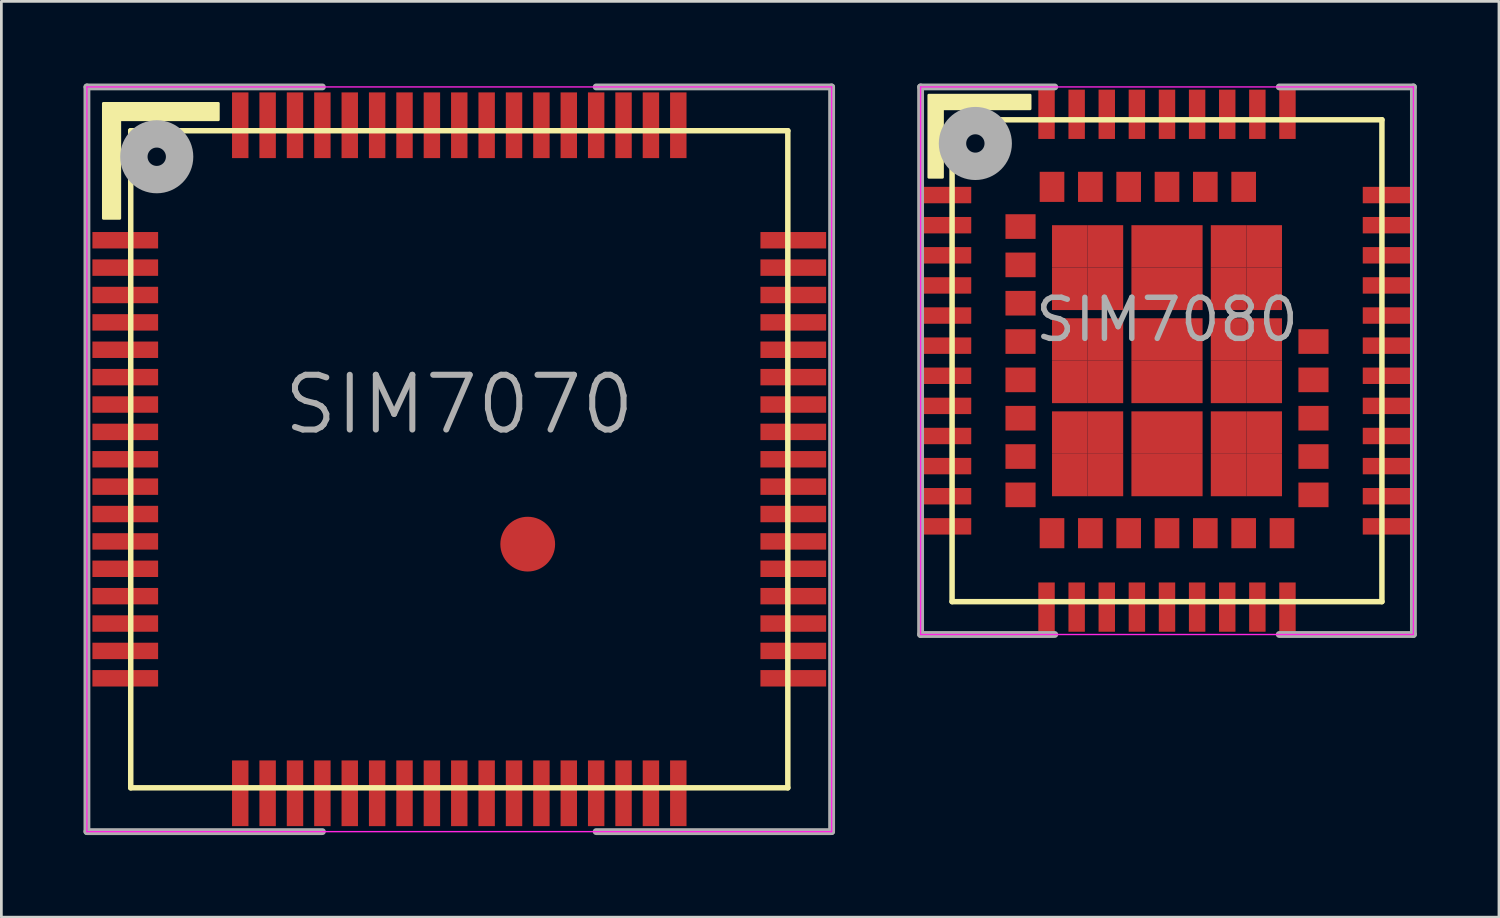
<source format=kicad_pcb>
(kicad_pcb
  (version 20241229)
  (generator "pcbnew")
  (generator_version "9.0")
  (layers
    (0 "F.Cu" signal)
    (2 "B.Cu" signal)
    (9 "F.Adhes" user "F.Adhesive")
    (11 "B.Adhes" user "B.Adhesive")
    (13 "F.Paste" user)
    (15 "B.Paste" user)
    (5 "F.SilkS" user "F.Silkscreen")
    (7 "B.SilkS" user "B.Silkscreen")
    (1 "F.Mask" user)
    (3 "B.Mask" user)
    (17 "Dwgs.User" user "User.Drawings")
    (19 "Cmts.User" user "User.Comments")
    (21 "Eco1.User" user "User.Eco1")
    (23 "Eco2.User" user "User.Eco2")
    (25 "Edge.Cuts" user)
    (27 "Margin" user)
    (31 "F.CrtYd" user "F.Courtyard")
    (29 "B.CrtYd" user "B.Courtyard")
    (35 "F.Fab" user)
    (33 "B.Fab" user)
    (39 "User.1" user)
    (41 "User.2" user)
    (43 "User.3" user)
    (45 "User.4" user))
  (footprint "SIM7070"
    (layer "F.Cu")
    (at 13.725 13.725)
    (property "Reference" "SIM7070" (at 0 -2 0) (layer "F.Fab") (effects (font (size 2 2) (thickness 0.22))))
    (attr through_hole)
    (fp_line (start -12 -12) (end -12 12) (stroke (width 0.2) (type solid)) (layer "F.SilkS"))
    (fp_line (start -12 12) (end 12 12) (stroke (width 0.2) (type solid)) (layer "F.SilkS"))
    (fp_line (start 12 -12) (end -12 -12) (stroke (width 0.2) (type solid)) (layer "F.SilkS"))
    (fp_line (start 12 12) (end 12 -12) (stroke (width 0.2) (type solid)) (layer "F.SilkS"))
    (fp_poly (pts (xy -8.8 -12.4) (xy -12.4 -12.4) (xy -12.4 -8.8) (xy -13 -8.8) (xy -13 -13) (xy -8.8 -13)) (stroke (width 0.1) (type solid)) (fill yes) (layer "F.SilkS"))
    (fp_line (start -13.6 -13.6) (end 13.6 -13.6) (stroke (width 0.05) (type solid)) (layer "F.CrtYd"))
    (fp_line (start -13.6 13.6) (end -13.6 -13.6) (stroke (width 0.05) (type solid)) (layer "F.CrtYd"))
    (fp_line (start 13.6 -13.6) (end 13.6 13.6) (stroke (width 0.05) (type solid)) (layer "F.CrtYd"))
    (fp_line (start 13.6 13.6) (end -13.6 13.6) (stroke (width 0.05) (type solid)) (layer "F.CrtYd"))
    (fp_line (start -13.6 -13.6) (end -13.6 13.6) (stroke (width 0.25) (type solid)) (layer "F.Fab"))
    (fp_line (start -13.6 13.6) (end -5 13.6) (stroke (width 0.25) (type solid)) (layer "F.Fab"))
    (fp_line (start -5 -13.6) (end -13.6 -13.6) (stroke (width 0.25) (type solid)) (layer "F.Fab"))
    (fp_line (start 13.6 -13.6) (end 5 -13.6) (stroke (width 0.25) (type solid)) (layer "F.Fab"))
    (fp_line (start 13.6 -13.6) (end 13.6 13.6) (stroke (width 0.25) (type solid)) (layer "F.Fab"))
    (fp_line (start 13.6 13.6) (end 5 13.6) (stroke (width 0.25) (type solid)) (layer "F.Fab"))
    (fp_circle (center -11.05 -11.05) (end -10.715 -11.05) (stroke (width 1) (type solid)) (fill no) (layer "F.Fab"))
    (pad "" smd circle (at 2.5 3.1 180) (size 2 2) (layers "F.Cu" "F.Mask" "F.Paste"))
    (pad "1" smd rect (at -12.2 -8 270) (size 0.6 2.4) (layers "F.Cu" "F.Mask" "F.Paste"))
    (pad "2" smd rect (at -12.2 -7 270) (size 0.6 2.4) (layers "F.Cu" "F.Mask" "F.Paste"))
    (pad "3" smd rect (at -12.2 -6 270) (size 0.6 2.4) (layers "F.Cu" "F.Mask" "F.Paste"))
    (pad "4" smd rect (at -12.2 -5 270) (size 0.6 2.4) (layers "F.Cu" "F.Mask" "F.Paste"))
    (pad "5" smd rect (at -12.2 -4 270) (size 0.6 2.4) (layers "F.Cu" "F.Mask" "F.Paste"))
    (pad "6" smd rect (at -12.2 -3 270) (size 0.6 2.4) (layers "F.Cu" "F.Mask" "F.Paste"))
    (pad "7" smd rect (at -12.2 -2 270) (size 0.6 2.4) (layers "F.Cu" "F.Mask" "F.Paste"))
    (pad "8" smd rect (at -12.2 -1 270) (size 0.6 2.4) (layers "F.Cu" "F.Mask" "F.Paste"))
    (pad "9" smd rect (at -12.2 0 270) (size 0.6 2.4) (layers "F.Cu" "F.Mask" "F.Paste"))
    (pad "10" smd rect (at -12.2 1 270) (size 0.6 2.4) (layers "F.Cu" "F.Mask" "F.Paste"))
    (pad "11" smd rect (at -12.2 2 270) (size 0.6 2.4) (layers "F.Cu" "F.Mask" "F.Paste"))
    (pad "12" smd rect (at -12.2 3 270) (size 0.6 2.4) (layers "F.Cu" "F.Mask" "F.Paste"))
    (pad "13" smd rect (at -12.2 4 270) (size 0.6 2.4) (layers "F.Cu" "F.Mask" "F.Paste"))
    (pad "14" smd rect (at -12.2 5 270) (size 0.6 2.4) (layers "F.Cu" "F.Mask" "F.Paste"))
    (pad "15" smd rect (at -12.2 6 270) (size 0.6 2.4) (layers "F.Cu" "F.Mask" "F.Paste"))
    (pad "16" smd rect (at -12.2 7 270) (size 0.6 2.4) (layers "F.Cu" "F.Mask" "F.Paste"))
    (pad "17" smd rect (at -12.2 8 270) (size 0.6 2.4) (layers "F.Cu" "F.Mask" "F.Paste"))
    (pad "18" smd rect (at -8 12.2) (size 0.6 2.4) (layers "F.Cu" "F.Mask" "F.Paste"))
    (pad "19" smd rect (at -7 12.2) (size 0.6 2.4) (layers "F.Cu" "F.Mask" "F.Paste"))
    (pad "20" smd rect (at -6 12.2) (size 0.6 2.4) (layers "F.Cu" "F.Mask" "F.Paste"))
    (pad "21" smd rect (at -5 12.2) (size 0.6 2.4) (layers "F.Cu" "F.Mask" "F.Paste"))
    (pad "22" smd rect (at -4 12.2) (size 0.6 2.4) (layers "F.Cu" "F.Mask" "F.Paste"))
    (pad "23" smd rect (at -3 12.2) (size 0.6 2.4) (layers "F.Cu" "F.Mask" "F.Paste"))
    (pad "24" smd rect (at -2 12.2) (size 0.6 2.4) (layers "F.Cu" "F.Mask" "F.Paste"))
    (pad "25" smd rect (at -1 12.2) (size 0.6 2.4) (layers "F.Cu" "F.Mask" "F.Paste"))
    (pad "26" smd rect (at 0 12.2) (size 0.6 2.4) (layers "F.Cu" "F.Mask" "F.Paste"))
    (pad "27" smd rect (at 1 12.2) (size 0.6 2.4) (layers "F.Cu" "F.Mask" "F.Paste"))
    (pad "28" smd rect (at 2 12.2) (size 0.6 2.4) (layers "F.Cu" "F.Mask" "F.Paste"))
    (pad "29" smd rect (at 3 12.2) (size 0.6 2.4) (layers "F.Cu" "F.Mask" "F.Paste"))
    (pad "30" smd rect (at 4 12.2) (size 0.6 2.4) (layers "F.Cu" "F.Mask" "F.Paste"))
    (pad "31" smd rect (at 5 12.2) (size 0.6 2.4) (layers "F.Cu" "F.Mask" "F.Paste"))
    (pad "32" smd rect (at 6 12.2) (size 0.6 2.4) (layers "F.Cu" "F.Mask" "F.Paste"))
    (pad "33" smd rect (at 7 12.2) (size 0.6 2.4) (layers "F.Cu" "F.Mask" "F.Paste"))
    (pad "34" smd rect (at 8 12.2) (size 0.6 2.4) (layers "F.Cu" "F.Mask" "F.Paste"))
    (pad "35" smd rect (at 12.2 8 270) (size 0.6 2.4) (layers "F.Cu" "F.Mask" "F.Paste"))
    (pad "36" smd rect (at 12.2 7 270) (size 0.6 2.4) (layers "F.Cu" "F.Mask" "F.Paste"))
    (pad "37" smd rect (at 12.2 6 270) (size 0.6 2.4) (layers "F.Cu" "F.Mask" "F.Paste"))
    (pad "38" smd rect (at 12.2 5 270) (size 0.6 2.4) (layers "F.Cu" "F.Mask" "F.Paste"))
    (pad "39" smd rect (at 12.2 4 270) (size 0.6 2.4) (layers "F.Cu" "F.Mask" "F.Paste"))
    (pad "40" smd rect (at 12.2 3 270) (size 0.6 2.4) (layers "F.Cu" "F.Mask" "F.Paste"))
    (pad "41" smd rect (at 12.2 2 270) (size 0.6 2.4) (layers "F.Cu" "F.Mask" "F.Paste"))
    (pad "42" smd rect (at 12.2 1 270) (size 0.6 2.4) (layers "F.Cu" "F.Mask" "F.Paste"))
    (pad "43" smd rect (at 12.2 0 270) (size 0.6 2.4) (layers "F.Cu" "F.Mask" "F.Paste"))
    (pad "44" smd rect (at 12.2 -1 270) (size 0.6 2.4) (layers "F.Cu" "F.Mask" "F.Paste"))
    (pad "45" smd rect (at 12.2 -2 270) (size 0.6 2.4) (layers "F.Cu" "F.Mask" "F.Paste"))
    (pad "46" smd rect (at 12.2 -3 270) (size 0.6 2.4) (layers "F.Cu" "F.Mask" "F.Paste"))
    (pad "47" smd rect (at 12.2 -4 270) (size 0.6 2.4) (layers "F.Cu" "F.Mask" "F.Paste"))
    (pad "48" smd rect (at 12.2 -5 270) (size 0.6 2.4) (layers "F.Cu" "F.Mask" "F.Paste"))
    (pad "49" smd rect (at 12.2 -6 270) (size 0.6 2.4) (layers "F.Cu" "F.Mask" "F.Paste"))
    (pad "50" smd rect (at 12.2 -7 270) (size 0.6 2.4) (layers "F.Cu" "F.Mask" "F.Paste"))
    (pad "51" smd rect (at 12.2 -8 270) (size 0.6 2.4) (layers "F.Cu" "F.Mask" "F.Paste"))
    (pad "52" smd rect (at 8 -12.2 180) (size 0.6 2.4) (layers "F.Cu" "F.Mask" "F.Paste"))
    (pad "53" smd rect (at 7 -12.2 180) (size 0.6 2.4) (layers "F.Cu" "F.Mask" "F.Paste"))
    (pad "54" smd rect (at 6 -12.2 180) (size 0.6 2.4) (layers "F.Cu" "F.Mask" "F.Paste"))
    (pad "55" smd rect (at 5 -12.2 180) (size 0.6 2.4) (layers "F.Cu" "F.Mask" "F.Paste"))
    (pad "56" smd rect (at 4 -12.2 180) (size 0.6 2.4) (layers "F.Cu" "F.Mask" "F.Paste"))
    (pad "57" smd rect (at 3 -12.2 180) (size 0.6 2.4) (layers "F.Cu" "F.Mask" "F.Paste"))
    (pad "58" smd rect (at 2 -12.2 180) (size 0.6 2.4) (layers "F.Cu" "F.Mask" "F.Paste"))
    (pad "59" smd rect (at 1 -12.2 180) (size 0.6 2.4) (layers "F.Cu" "F.Mask" "F.Paste"))
    (pad "60" smd rect (at 0 -12.2 180) (size 0.6 2.4) (layers "F.Cu" "F.Mask" "F.Paste"))
    (pad "61" smd rect (at -1 -12.2 180) (size 0.6 2.4) (layers "F.Cu" "F.Mask" "F.Paste"))
    (pad "62" smd rect (at -2 -12.2 180) (size 0.6 2.4) (layers "F.Cu" "F.Mask" "F.Paste"))
    (pad "63" smd rect (at -3 -12.2 180) (size 0.6 2.4) (layers "F.Cu" "F.Mask" "F.Paste"))
    (pad "64" smd rect (at -4 -12.2 180) (size 0.6 2.4) (layers "F.Cu" "F.Mask" "F.Paste"))
    (pad "65" smd rect (at -5 -12.2 180) (size 0.6 2.4) (layers "F.Cu" "F.Mask" "F.Paste"))
    (pad "66" smd rect (at -6 -12.2 180) (size 0.6 2.4) (layers "F.Cu" "F.Mask" "F.Paste"))
    (pad "67" smd rect (at -7 -12.2 180) (size 0.6 2.4) (layers "F.Cu" "F.Mask" "F.Paste"))
    (pad "68" smd rect (at -8 -12.2 180) (size 0.6 2.4) (layers "F.Cu" "F.Mask" "F.Paste")))
  (footprint "SIM7080"
    (layer "F.Cu")
    (at 39.575 10.125)
    (property "Reference" "SIM7080" (at 0 -1.5 0) (layer "F.Fab") (effects (font (size 1.5 1.5) (thickness 0.2))))
    (attr through_hole)
    (fp_line (start -7.85 -8.8) (end -7.85 8.8) (stroke (width 0.2) (type solid)) (layer "F.SilkS"))
    (fp_line (start -7.85 -8.8) (end 7.85 -8.8) (stroke (width 0.2) (type solid)) (layer "F.SilkS"))
    (fp_line (start -7.85 8.8) (end 7.85 8.8) (stroke (width 0.2) (type solid)) (layer "F.SilkS"))
    (fp_line (start 7.85 -8.8) (end 7.85 8.8) (stroke (width 0.2) (type solid)) (layer "F.SilkS"))
    (fp_poly (pts (xy -5 -9.2) (xy -8.2 -9.2) (xy -8.2 -6.7) (xy -8.7 -6.7) (xy -8.7 -9.7) (xy -5 -9.7)) (stroke (width 0.1) (type solid)) (fill yes) (layer "F.SilkS"))
    (fp_poly (pts (xy 6.9 -1.4) (xy 4.5 -1.4) (xy 4.5 -7.8) (xy 6.9 -7.8)) (stroke (width 0.2) (type solid)) (fill no) (layer "Eco2.User"))
    (fp_line (start -9 -10) (end 9 -10) (stroke (width 0.05) (type solid)) (layer "F.CrtYd"))
    (fp_line (start -9 10) (end -9 -10) (stroke (width 0.05) (type solid)) (layer "F.CrtYd"))
    (fp_line (start 9 -10) (end 9 10) (stroke (width 0.05) (type solid)) (layer "F.CrtYd"))
    (fp_line (start 9 10) (end -9 10) (stroke (width 0.05) (type solid)) (layer "F.CrtYd"))
    (fp_line (start -9 -10) (end -9 10) (stroke (width 0.25) (type solid)) (layer "F.Fab"))
    (fp_line (start -9 10) (end -4.1 10) (stroke (width 0.25) (type solid)) (layer "F.Fab"))
    (fp_line (start -4.1 -10) (end -9 -10) (stroke (width 0.25) (type solid)) (layer "F.Fab"))
    (fp_line (start 4.1 10) (end 9 10) (stroke (width 0.25) (type solid)) (layer "F.Fab"))
    (fp_line (start 9 -10) (end 4.1 -10) (stroke (width 0.25) (type solid)) (layer "F.Fab"))
    (fp_line (start 9 10) (end 9 -10) (stroke (width 0.25) (type solid)) (layer "F.Fab"))
    (fp_circle (center -7 -7.935) (end -6.665 -7.935) (stroke (width 1) (type solid)) (fill no) (layer "F.Fab"))
    (pad "0" smd rect (at -3.55 -4.175) (size 1.3 1.55) (layers "F.Cu" "F.Mask" "F.Paste"))
    (pad "0" smd rect (at -3.55 -2.625) (size 1.3 1.55) (layers "F.Cu" "F.Mask" "F.Paste"))
    (pad "0" smd rect (at -3.55 -0.775) (size 1.3 1.55) (layers "F.Cu" "F.Mask" "F.Paste"))
    (pad "0" smd rect (at -3.55 0.775) (size 1.3 1.55) (layers "F.Cu" "F.Mask" "F.Paste"))
    (pad "0" smd rect (at -3.55 2.625) (size 1.3 1.55) (layers "F.Cu" "F.Mask" "F.Paste"))
    (pad "0" smd rect (at -3.55 4.175) (size 1.3 1.55) (layers "F.Cu" "F.Mask" "F.Paste"))
    (pad "0" smd rect (at -2.25 -4.175) (size 1.3 1.55) (layers "F.Cu" "F.Mask" "F.Paste"))
    (pad "0" smd rect (at -2.25 -2.625) (size 1.3 1.55) (layers "F.Cu" "F.Mask" "F.Paste"))
    (pad "0" smd rect (at -2.25 -0.775) (size 1.3 1.55) (layers "F.Cu" "F.Mask" "F.Paste"))
    (pad "0" smd rect (at -2.25 0.775) (size 1.3 1.55) (layers "F.Cu" "F.Mask" "F.Paste"))
    (pad "0" smd rect (at -2.25 2.625) (size 1.3 1.55) (layers "F.Cu" "F.Mask" "F.Paste"))
    (pad "0" smd rect (at -2.25 4.175) (size 1.3 1.55) (layers "F.Cu" "F.Mask" "F.Paste"))
    (pad "0" smd rect (at -0.65 -4.175) (size 1.3 1.55) (layers "F.Cu" "F.Mask" "F.Paste"))
    (pad "0" smd rect (at -0.65 -2.625) (size 1.3 1.55) (layers "F.Cu" "F.Mask" "F.Paste"))
    (pad "0" smd rect (at -0.65 -0.775) (size 1.3 1.55) (layers "F.Cu" "F.Mask" "F.Paste"))
    (pad "0" smd rect (at -0.65 0.775) (size 1.3 1.55) (layers "F.Cu" "F.Mask" "F.Paste"))
    (pad "0" smd rect (at -0.65 2.625) (size 1.3 1.55) (layers "F.Cu" "F.Mask" "F.Paste"))
    (pad "0" smd rect (at -0.65 4.175) (size 1.3 1.55) (layers "F.Cu" "F.Mask" "F.Paste"))
    (pad "0" smd rect (at 0.65 -4.175) (size 1.3 1.55) (layers "F.Cu" "F.Mask" "F.Paste"))
    (pad "0" smd rect (at 0.65 -2.625) (size 1.3 1.55) (layers "F.Cu" "F.Mask" "F.Paste"))
    (pad "0" smd rect (at 0.65 -0.775) (size 1.3 1.55) (layers "F.Cu" "F.Mask" "F.Paste"))
    (pad "0" smd rect (at 0.65 0.775) (size 1.3 1.55) (layers "F.Cu" "F.Mask" "F.Paste"))
    (pad "0" smd rect (at 0.65 2.625) (size 1.3 1.55) (layers "F.Cu" "F.Mask" "F.Paste"))
    (pad "0" smd rect (at 0.65 4.175) (size 1.3 1.55) (layers "F.Cu" "F.Mask" "F.Paste"))
    (pad "0" smd rect (at 2.25 -4.175) (size 1.3 1.55) (layers "F.Cu" "F.Mask" "F.Paste"))
    (pad "0" smd rect (at 2.25 -2.625) (size 1.3 1.55) (layers "F.Cu" "F.Mask" "F.Paste"))
    (pad "0" smd rect (at 2.25 -0.775) (size 1.3 1.55) (layers "F.Cu" "F.Mask" "F.Paste"))
    (pad "0" smd rect (at 2.25 0.775) (size 1.3 1.55) (layers "F.Cu" "F.Mask" "F.Paste"))
    (pad "0" smd rect (at 2.25 2.625) (size 1.3 1.55) (layers "F.Cu" "F.Mask" "F.Paste"))
    (pad "0" smd rect (at 2.25 4.175) (size 1.3 1.55) (layers "F.Cu" "F.Mask" "F.Paste"))
    (pad "0" smd rect (at 3.55 -4.175) (size 1.3 1.55) (layers "F.Cu" "F.Mask" "F.Paste"))
    (pad "0" smd rect (at 3.55 -2.625) (size 1.3 1.55) (layers "F.Cu" "F.Mask" "F.Paste"))
    (pad "0" smd rect (at 3.55 -0.775) (size 1.3 1.55) (layers "F.Cu" "F.Mask" "F.Paste"))
    (pad "0" smd rect (at 3.55 0.775) (size 1.3 1.55) (layers "F.Cu" "F.Mask" "F.Paste"))
    (pad "0" smd rect (at 3.55 2.625) (size 1.3 1.55) (layers "F.Cu" "F.Mask" "F.Paste"))
    (pad "0" smd rect (at 3.55 4.175) (size 1.3 1.55) (layers "F.Cu" "F.Mask" "F.Paste"))
    (pad "1" smd rect (at -8.05 -6.05) (size 1.8 0.6) (layers "F.Cu" "F.Mask" "F.Paste"))
    (pad "2" smd rect (at -8.05 -4.95) (size 1.8 0.6) (layers "F.Cu" "F.Mask" "F.Paste"))
    (pad "3" smd rect (at -8.05 -3.85) (size 1.8 0.6) (layers "F.Cu" "F.Mask" "F.Paste"))
    (pad "4" smd rect (at -8.05 -2.75) (size 1.8 0.6) (layers "F.Cu" "F.Mask" "F.Paste"))
    (pad "5" smd rect (at -8.05 -1.65) (size 1.8 0.6) (layers "F.Cu" "F.Mask" "F.Paste"))
    (pad "6" smd rect (at -8.05 -0.55) (size 1.8 0.6) (layers "F.Cu" "F.Mask" "F.Paste"))
    (pad "7" smd rect (at -8.05 0.55) (size 1.8 0.6) (layers "F.Cu" "F.Mask" "F.Paste"))
    (pad "8" smd rect (at -8.05 1.65) (size 1.8 0.6) (layers "F.Cu" "F.Mask" "F.Paste"))
    (pad "9" smd rect (at -8.05 2.75) (size 1.8 0.6) (layers "F.Cu" "F.Mask" "F.Paste"))
    (pad "10" smd rect (at -8.05 3.85) (size 1.8 0.6) (layers "F.Cu" "F.Mask" "F.Paste"))
    (pad "11" smd rect (at -8.05 4.95) (size 1.8 0.6) (layers "F.Cu" "F.Mask" "F.Paste"))
    (pad "12" smd rect (at -8.05 6.05) (size 1.8 0.6) (layers "F.Cu" "F.Mask" "F.Paste"))
    (pad "13" smd rect (at -4.4 9) (size 0.6 1.8) (layers "F.Cu" "F.Mask" "F.Paste"))
    (pad "14" smd rect (at -3.3 9) (size 0.6 1.8) (layers "F.Cu" "F.Mask" "F.Paste"))
    (pad "15" smd rect (at -2.2 9) (size 0.6 1.8) (layers "F.Cu" "F.Mask" "F.Paste"))
    (pad "16" smd rect (at -1.1 9) (size 0.6 1.8) (layers "F.Cu" "F.Mask" "F.Paste"))
    (pad "17" smd rect (at 0 9) (size 0.6 1.8) (layers "F.Cu" "F.Mask" "F.Paste"))
    (pad "18" smd rect (at 1.1 9) (size 0.6 1.8) (layers "F.Cu" "F.Mask" "F.Paste"))
    (pad "19" smd rect (at 2.2 9) (size 0.6 1.8) (layers "F.Cu" "F.Mask" "F.Paste"))
    (pad "20" smd rect (at 3.3 9) (size 0.6 1.8) (layers "F.Cu" "F.Mask" "F.Paste"))
    (pad "21" smd rect (at 4.4 9) (size 0.6 1.8) (layers "F.Cu" "F.Mask" "F.Paste"))
    (pad "22" smd rect (at 8.05 6.05) (size 1.8 0.6) (layers "F.Cu" "F.Mask" "F.Paste"))
    (pad "23" smd rect (at 8.05 4.95) (size 1.8 0.6) (layers "F.Cu" "F.Mask" "F.Paste"))
    (pad "24" smd rect (at 8.05 3.85) (size 1.8 0.6) (layers "F.Cu" "F.Mask" "F.Paste"))
    (pad "25" smd rect (at 8.05 2.75) (size 1.8 0.6) (layers "F.Cu" "F.Mask" "F.Paste"))
    (pad "26" smd rect (at 8.05 1.65) (size 1.8 0.6) (layers "F.Cu" "F.Mask" "F.Paste"))
    (pad "27" smd rect (at 8.05 0.55) (size 1.8 0.6) (layers "F.Cu" "F.Mask" "F.Paste"))
    (pad "28" smd rect (at 8.05 -0.55) (size 1.8 0.6) (layers "F.Cu" "F.Mask" "F.Paste"))
    (pad "29" smd rect (at 8.05 -1.65) (size 1.8 0.6) (layers "F.Cu" "F.Mask" "F.Paste"))
    (pad "30" smd rect (at 8.05 -2.75) (size 1.8 0.6) (layers "F.Cu" "F.Mask" "F.Paste"))
    (pad "31" smd rect (at 8.05 -3.85) (size 1.8 0.6) (layers "F.Cu" "F.Mask" "F.Paste"))
    (pad "32" smd rect (at 8.05 -4.95) (size 1.8 0.6) (layers "F.Cu" "F.Mask" "F.Paste"))
    (pad "33" smd rect (at 8.05 -6.05) (size 1.8 0.6) (layers "F.Cu" "F.Mask" "F.Paste"))
    (pad "34" smd rect (at 4.4 -9) (size 0.6 1.8) (layers "F.Cu" "F.Mask" "F.Paste"))
    (pad "35" smd rect (at 3.3 -9) (size 0.6 1.8) (layers "F.Cu" "F.Mask" "F.Paste"))
    (pad "36" smd rect (at 2.2 -9) (size 0.6 1.8) (layers "F.Cu" "F.Mask" "F.Paste"))
    (pad "37" smd rect (at 1.1 -9) (size 0.6 1.8) (layers "F.Cu" "F.Mask" "F.Paste"))
    (pad "38" smd rect (at 0 -9) (size 0.6 1.8) (layers "F.Cu" "F.Mask" "F.Paste"))
    (pad "39" smd rect (at -1.1 -9) (size 0.6 1.8) (layers "F.Cu" "F.Mask" "F.Paste"))
    (pad "40" smd rect (at -2.2 -9) (size 0.6 1.8) (layers "F.Cu" "F.Mask" "F.Paste"))
    (pad "41" smd rect (at -3.3 -9) (size 0.6 1.8) (layers "F.Cu" "F.Mask" "F.Paste"))
    (pad "42" smd rect (at -4.4 -9) (size 0.6 1.8) (layers "F.Cu" "F.Mask" "F.Paste"))
    (pad "43" smd rect (at -5.35 -4.9) (size 1.1 0.9) (layers "F.Cu" "F.Mask" "F.Paste"))
    (pad "44" smd rect (at -5.35 -3.5) (size 1.1 0.9) (layers "F.Cu" "F.Mask" "F.Paste"))
    (pad "45" smd rect (at -5.35 -2.1) (size 1.1 0.9) (layers "F.Cu" "F.Mask" "F.Paste"))
    (pad "46" smd rect (at -5.35 -0.7) (size 1.1 0.9) (layers "F.Cu" "F.Mask" "F.Paste"))
    (pad "47" smd rect (at -5.35 0.7) (size 1.1 0.9) (layers "F.Cu" "F.Mask" "F.Paste"))
    (pad "48" smd rect (at -5.35 2.1) (size 1.1 0.9) (layers "F.Cu" "F.Mask" "F.Paste"))
    (pad "49" smd rect (at -5.35 3.5) (size 1.1 0.9) (layers "F.Cu" "F.Mask" "F.Paste"))
    (pad "50" smd rect (at -5.35 4.9) (size 1.1 0.9) (layers "F.Cu" "F.Mask" "F.Paste"))
    (pad "51" smd rect (at -4.2 6.3) (size 0.9 1.1) (layers "F.Cu" "F.Mask" "F.Paste"))
    (pad "52" smd rect (at -2.8 6.3) (size 0.9 1.1) (layers "F.Cu" "F.Mask" "F.Paste"))
    (pad "53" smd rect (at -1.4 6.3) (size 0.9 1.1) (layers "F.Cu" "F.Mask" "F.Paste"))
    (pad "54" smd rect (at 0 6.3) (size 0.9 1.1) (layers "F.Cu" "F.Mask" "F.Paste"))
    (pad "55" smd rect (at 1.4 6.3) (size 0.9 1.1) (layers "F.Cu" "F.Mask" "F.Paste"))
    (pad "56" smd rect (at 2.8 6.3) (size 0.9 1.1) (layers "F.Cu" "F.Mask" "F.Paste"))
    (pad "57" smd rect (at 4.2 6.3) (size 0.9 1.1) (layers "F.Cu" "F.Mask" "F.Paste"))
    (pad "58" smd rect (at 5.35 4.9) (size 1.1 0.9) (layers "F.Cu" "F.Mask" "F.Paste"))
    (pad "59" smd rect (at 5.35 3.5) (size 1.1 0.9) (layers "F.Cu" "F.Mask" "F.Paste"))
    (pad "60" smd rect (at 5.35 2.1) (size 1.1 0.9) (layers "F.Cu" "F.Mask" "F.Paste"))
    (pad "61" smd rect (at 5.35 0.7) (size 1.1 0.9) (layers "F.Cu" "F.Mask" "F.Paste"))
    (pad "62" smd rect (at 5.35 -0.7) (size 1.1 0.9) (layers "F.Cu" "F.Mask" "F.Paste"))
    (pad "63" smd rect (at 2.8 -6.35) (size 0.9 1.1) (layers "F.Cu" "F.Mask" "F.Paste"))
    (pad "64" smd rect (at 1.4 -6.35) (size 0.9 1.1) (layers "F.Cu" "F.Mask" "F.Paste"))
    (pad "65" smd rect (at 0 -6.35) (size 0.9 1.1) (layers "F.Cu" "F.Mask" "F.Paste"))
    (pad "66" smd rect (at -1.4 -6.35) (size 0.9 1.1) (layers "F.Cu" "F.Mask" "F.Paste"))
    (pad "67" smd rect (at -2.8 -6.35) (size 0.9 1.1) (layers "F.Cu" "F.Mask" "F.Paste"))
    (pad "68" smd rect (at -4.2 -6.35) (size 0.9 1.1) (layers "F.Cu" "F.Mask" "F.Paste")))
  (gr_rect
    (start -3 -3)
    (end 51.7 30.45)
    (stroke (width 0.1) (type default))
    (fill no)
    (layer "Edge.Cuts")))
</source>
